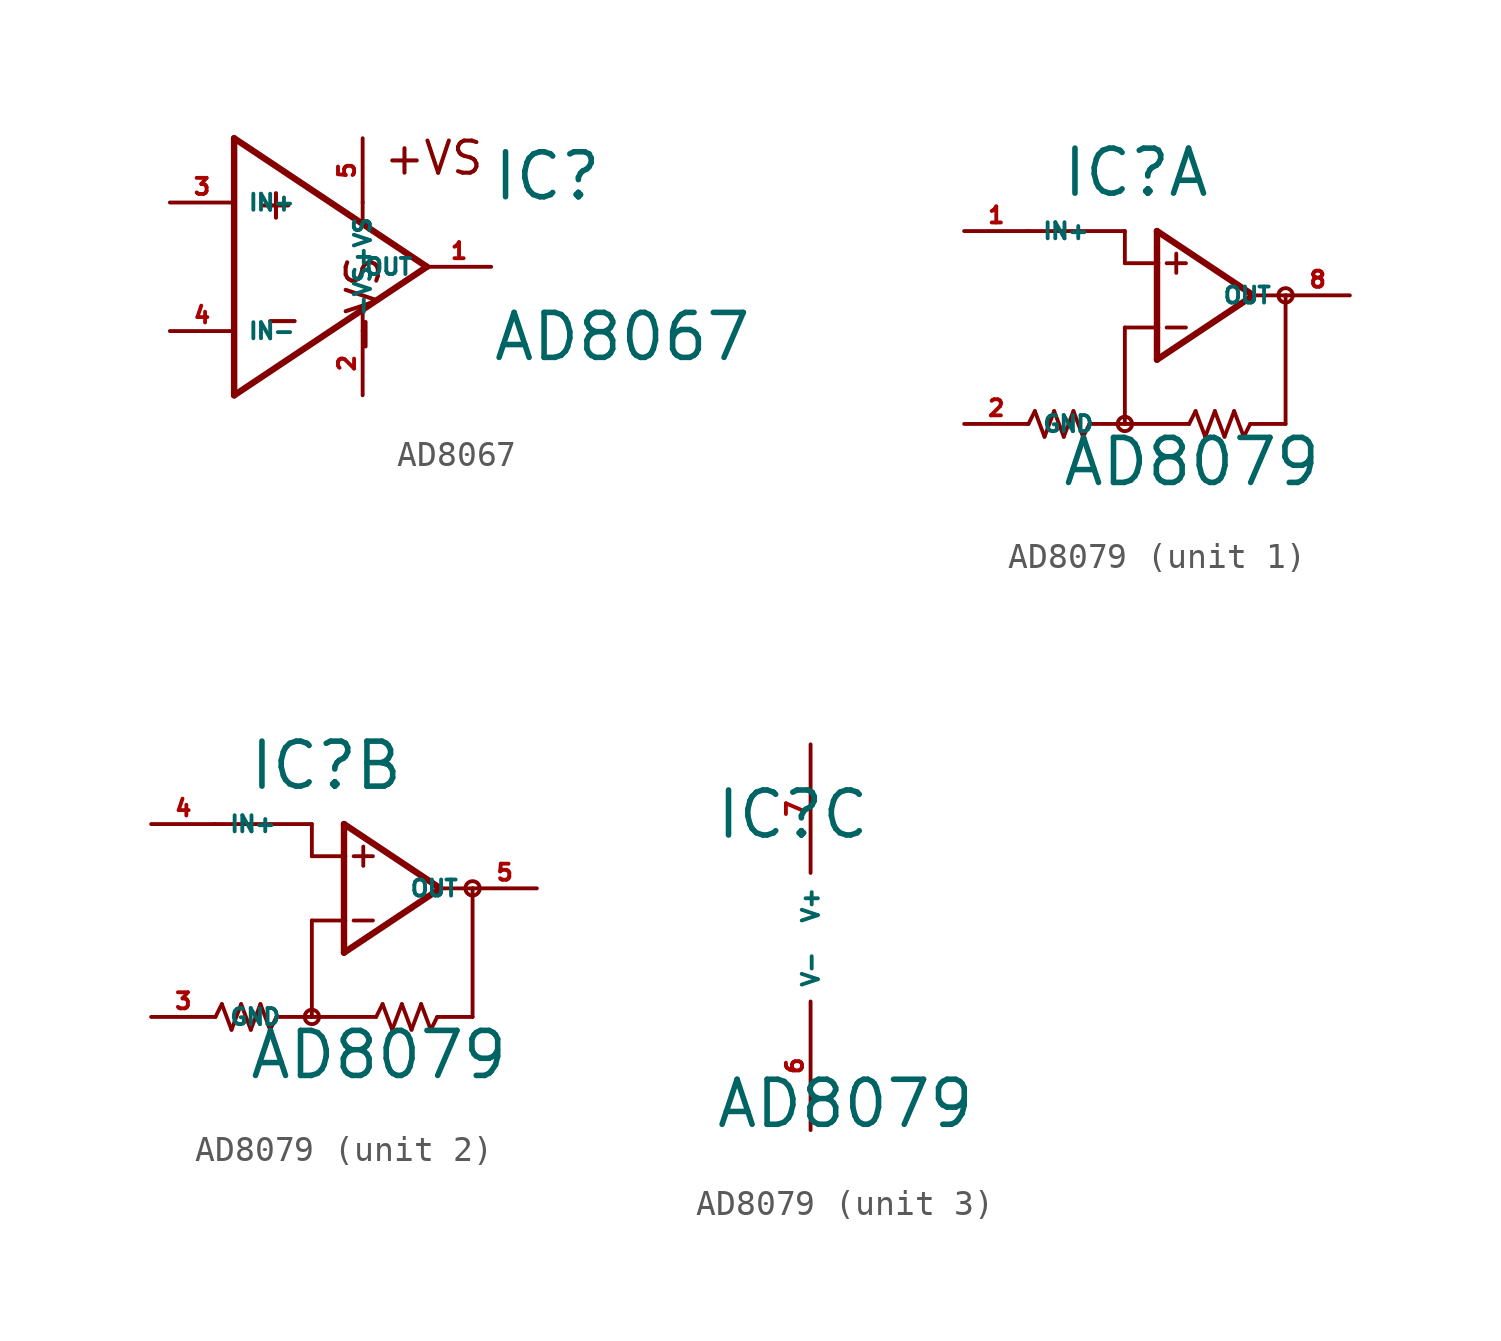
<source format=kicad_sym>
(kicad_symbol_lib
  (version 20220914)
  (generator Eagle2Kicad)
  (symbol "AD8067"
    (property "Reference" "IC"
      (at 7.62 2.54 0)
      (effects (font (size 1.778 1.778) (thickness 0.22)) (justify left bottom)))
    (property "Value" "AD8067"
      (at 7.62 -3.81 0)
      (effects (font (size 1.778 1.778) (thickness 0.22)) (justify left bottom)))
    (polyline
      (pts (xy -2.54 5.08) (xy -2.54 -5.08))
      (stroke (width 0.254) (type default))
      (fill (type none)))
    (polyline
      (pts (xy -2.54 -5.08) (xy 5.08 0))
      (stroke (width 0.254) (type default))
      (fill (type none)))
    (polyline
      (pts (xy 5.08 0) (xy -2.54 5.08))
      (stroke (width 0.254) (type default))
      (fill (type none)))
    (polyline
      (pts (xy 2.54 2.54) (xy 2.54 1.778))
      (stroke (width 0.152) (type default))
      (fill (type none)))
    (polyline
      (pts (xy 2.54 -2.54) (xy 2.54 -1.778))
      (stroke (width 0.152) (type default))
      (fill (type none)))
    (text "+"
      (at -1.778 1.778 0)
      (effects (font (size 1.27 1.27) (thickness 0.16)) (justify left bottom)))
    (text "-"
      (at -1.524 -2.794 0)
      (effects (font (size 1.27 1.27) (thickness 0.16)) (justify left bottom)))
    (text "+VS"
      (at 3.302 3.556 0)
      (effects (font (size 1.27 1.27) (thickness 0.16)) (justify left bottom)))
    (text "-VS"
      (at 3.302 -3.556 1800)
      (effects (font (size 1.27 1.27) (thickness 0.16)) (justify left bottom mirror)))
    (pin input line
      (at -5.08 2.54 0)
      (length 2.54)
      (name "IN+" (effects (font (size 0.635 0.635) (thickness 0.08)) (justify left bottom)))
      (number "3" (effects (font (size 0.635 0.635) (thickness 0.08)) (justify left bottom))))
    (pin input line
      (at -5.08 -2.54 0)
      (length 2.54)
      (name "IN-" (effects (font (size 0.635 0.635) (thickness 0.08)) (justify left bottom)))
      (number "4" (effects (font (size 0.635 0.635) (thickness 0.08)) (justify left bottom))))
    (pin output line
      (at 7.62 0 180)
      (length 2.54)
      (name "OUT" (effects (font (size 0.635 0.635) (thickness 0.08)) (justify left bottom)))
      (number "1" (effects (font (size 0.635 0.635) (thickness 0.08)) (justify left bottom))))
    (pin input line
      (at 2.54 -5.08 90)
      (length 2.54)
      (name "-VS" (effects (font (size 0.635 0.635) (thickness 0.08)) (justify left bottom)))
      (number "2" (effects (font (size 0.635 0.635) (thickness 0.08)) (justify left bottom))))
    (pin input line
      (at 2.54 5.08 270)
      (length 2.54)
      (name "+VS" (effects (font (size 0.635 0.635) (thickness 0.08)) (justify left bottom)))
      (number "5" (effects (font (size 0.635 0.635) (thickness 0.08)) (justify left bottom)))))
  (symbol "AD8079"
    (property "Reference" "IC"
      (at -3.81 3.81 0)
      (effects (font (size 1.778 1.778) (thickness 0.22)) (justify left bottom)))
    (property "Value" "AD8079"
      (at -3.81 -7.62 0)
      (effects (font (size 1.778 1.778) (thickness 0.22)) (justify left bottom)))
    (symbol "AD8079_1_0"
      (polyline (pts (xy 0 2.54) (xy 0 1.27)) (stroke (width 0.254) (type default)) (fill (type none)))
      (polyline (pts (xy 0 1.27) (xy 0 -1.27)) (stroke (width 0.254) (type default)) (fill (type none)))
      (polyline (pts (xy 0 -1.27) (xy 0 -2.54)) (stroke (width 0.254) (type default)) (fill (type none)))
      (polyline (pts (xy 0 -2.54) (xy 3.81 0)) (stroke (width 0.254) (type default)) (fill (type none)))
      (polyline (pts (xy 3.81 0) (xy 0 2.54)) (stroke (width 0.254) (type default)) (fill (type none)))
      (polyline (pts (xy -5.08 2.54) (xy -1.27 2.54)) (stroke (width 0.152) (type default)) (fill (type none)))
      (polyline (pts (xy -1.27 2.54) (xy -1.27 1.27)) (stroke (width 0.152) (type default)) (fill (type none)))
      (polyline (pts (xy -1.27 1.27) (xy 0 1.27)) (stroke (width 0.152) (type default)) (fill (type none)))
      (polyline (pts (xy 3.81 0) (xy 5.08 0)) (stroke (width 0.152) (type default)) (fill (type none)))
      (polyline (pts (xy 5.08 0) (xy 5.08 -5.08)) (stroke (width 0.152) (type default)) (fill (type none)))
      (polyline (pts (xy 5.08 -5.08) (xy 3.683 -5.08)) (stroke (width 0.152) (type default)) (fill (type none)))
      (polyline (pts (xy -5.08 -5.08) (xy -4.826 -4.572)) (stroke (width 0.152) (type default)) (fill (type none)))
      (polyline (pts (xy -4.826 -4.572) (xy -4.445 -5.588)) (stroke (width 0.152) (type default)) (fill (type none)))
      (polyline (pts (xy -4.445 -5.588) (xy -4.064 -4.572)) (stroke (width 0.152) (type default)) (fill (type none)))
      (polyline (pts (xy -4.064 -4.572) (xy -3.683 -5.588)) (stroke (width 0.152) (type default)) (fill (type none)))
      (polyline (pts (xy -3.302 -4.572) (xy -2.921 -5.588)) (stroke (width 0.152) (type default)) (fill (type none)))
      (polyline (pts (xy 1.27 -5.08) (xy -1.27 -5.08)) (stroke (width 0.152) (type default)) (fill (type none)))
      (polyline (pts (xy -1.27 -5.08) (xy -2.667 -5.08)) (stroke (width 0.152) (type default)) (fill (type none)))
      (polyline (pts (xy -1.27 -5.08) (xy -1.27 -1.27)) (stroke (width 0.152) (type default)) (fill (type none)))
      (polyline (pts (xy -1.27 -1.27) (xy 0 -1.27)) (stroke (width 0.152) (type default)) (fill (type none)))
      (polyline (pts (xy -3.302 -4.572) (xy -3.683 -5.588)) (stroke (width 0.152) (type default)) (fill (type none)))
      (polyline (pts (xy -2.667 -5.08) (xy -2.921 -5.588)) (stroke (width 0.152) (type default)) (fill (type none)))
      (polyline (pts (xy 1.27 -5.08) (xy 1.524 -4.572)) (stroke (width 0.152) (type default)) (fill (type none)))
      (polyline (pts (xy 1.524 -4.572) (xy 1.905 -5.588)) (stroke (width 0.152) (type default)) (fill (type none)))
      (polyline (pts (xy 1.905 -5.588) (xy 2.286 -4.572)) (stroke (width 0.152) (type default)) (fill (type none)))
      (polyline (pts (xy 2.286 -4.572) (xy 2.667 -5.588)) (stroke (width 0.152) (type default)) (fill (type none)))
      (polyline (pts (xy 3.048 -4.572) (xy 3.429 -5.588)) (stroke (width 0.152) (type default)) (fill (type none)))
      (polyline (pts (xy 3.048 -4.572) (xy 2.667 -5.588)) (stroke (width 0.152) (type default)) (fill (type none)))
      (polyline (pts (xy 3.683 -5.08) (xy 3.429 -5.588)) (stroke (width 0.152) (type default)) (fill (type none)))
      (polyline (pts (xy 0.381 1.27) (xy 1.143 1.27)) (stroke (width 0.152) (type default)) (fill (type none)))
      (polyline (pts (xy 0.762 1.651) (xy 0.762 0.889)) (stroke (width 0.152) (type default)) (fill (type none)))
      (polyline (pts (xy 0.381 -1.27) (xy 1.143 -1.27)) (stroke (width 0.152) (type default)) (fill (type none)))
      (circle (center -1.27 -5.08) (radius 0.284) (stroke (width 0) (type default)) (fill (type none)))
      (circle (center 5.08 0) (radius 0.284) (stroke (width 0) (type default)) (fill (type none)))
      (pin input line (at -7.62 2.54 0) (length 2.54) (name "IN+" (effects (font (size 0.635 0.635) (thickness 0.08)) (justify left bottom))) (number "1" (effects (font (size 0.635 0.635) (thickness 0.08)) (justify left bottom))))
      (pin output line (at 7.62 0 180) (length 2.54) (name "OUT" (effects (font (size 0.635 0.635) (thickness 0.08)) (justify left bottom))) (number "8" (effects (font (size 0.635 0.635) (thickness 0.08)) (justify left bottom))))
      (pin passive line (at -7.62 -5.08 0) (length 2.54) (name "GND" (effects (font (size 0.635 0.635) (thickness 0.08)) (justify left bottom))) (number "2" (effects (font (size 0.635 0.635) (thickness 0.08)) (justify left bottom)))))
    (symbol "AD8079_2_0"
      (polyline (pts (xy 0 2.54) (xy 0 1.27)) (stroke (width 0.254) (type default)) (fill (type none)))
      (polyline (pts (xy 0 1.27) (xy 0 -1.27)) (stroke (width 0.254) (type default)) (fill (type none)))
      (polyline (pts (xy 0 -1.27) (xy 0 -2.54)) (stroke (width 0.254) (type default)) (fill (type none)))
      (polyline (pts (xy 0 -2.54) (xy 3.81 0)) (stroke (width 0.254) (type default)) (fill (type none)))
      (polyline (pts (xy 3.81 0) (xy 0 2.54)) (stroke (width 0.254) (type default)) (fill (type none)))
      (polyline (pts (xy -5.08 2.54) (xy -1.27 2.54)) (stroke (width 0.152) (type default)) (fill (type none)))
      (polyline (pts (xy -1.27 2.54) (xy -1.27 1.27)) (stroke (width 0.152) (type default)) (fill (type none)))
      (polyline (pts (xy -1.27 1.27) (xy 0 1.27)) (stroke (width 0.152) (type default)) (fill (type none)))
      (polyline (pts (xy 3.81 0) (xy 5.08 0)) (stroke (width 0.152) (type default)) (fill (type none)))
      (polyline (pts (xy 5.08 0) (xy 5.08 -5.08)) (stroke (width 0.152) (type default)) (fill (type none)))
      (polyline (pts (xy 5.08 -5.08) (xy 3.683 -5.08)) (stroke (width 0.152) (type default)) (fill (type none)))
      (polyline (pts (xy -5.08 -5.08) (xy -4.826 -4.572)) (stroke (width 0.152) (type default)) (fill (type none)))
      (polyline (pts (xy -4.826 -4.572) (xy -4.445 -5.588)) (stroke (width 0.152) (type default)) (fill (type none)))
      (polyline (pts (xy -4.445 -5.588) (xy -4.064 -4.572)) (stroke (width 0.152) (type default)) (fill (type none)))
      (polyline (pts (xy -4.064 -4.572) (xy -3.683 -5.588)) (stroke (width 0.152) (type default)) (fill (type none)))
      (polyline (pts (xy -3.302 -4.572) (xy -2.921 -5.588)) (stroke (width 0.152) (type default)) (fill (type none)))
      (polyline (pts (xy 1.27 -5.08) (xy -1.27 -5.08)) (stroke (width 0.152) (type default)) (fill (type none)))
      (polyline (pts (xy -1.27 -5.08) (xy -2.667 -5.08)) (stroke (width 0.152) (type default)) (fill (type none)))
      (polyline (pts (xy -1.27 -5.08) (xy -1.27 -1.27)) (stroke (width 0.152) (type default)) (fill (type none)))
      (polyline (pts (xy -1.27 -1.27) (xy 0 -1.27)) (stroke (width 0.152) (type default)) (fill (type none)))
      (polyline (pts (xy -3.302 -4.572) (xy -3.683 -5.588)) (stroke (width 0.152) (type default)) (fill (type none)))
      (polyline (pts (xy -2.667 -5.08) (xy -2.921 -5.588)) (stroke (width 0.152) (type default)) (fill (type none)))
      (polyline (pts (xy 1.27 -5.08) (xy 1.524 -4.572)) (stroke (width 0.152) (type default)) (fill (type none)))
      (polyline (pts (xy 1.524 -4.572) (xy 1.905 -5.588)) (stroke (width 0.152) (type default)) (fill (type none)))
      (polyline (pts (xy 1.905 -5.588) (xy 2.286 -4.572)) (stroke (width 0.152) (type default)) (fill (type none)))
      (polyline (pts (xy 2.286 -4.572) (xy 2.667 -5.588)) (stroke (width 0.152) (type default)) (fill (type none)))
      (polyline (pts (xy 3.048 -4.572) (xy 3.429 -5.588)) (stroke (width 0.152) (type default)) (fill (type none)))
      (polyline (pts (xy 3.048 -4.572) (xy 2.667 -5.588)) (stroke (width 0.152) (type default)) (fill (type none)))
      (polyline (pts (xy 3.683 -5.08) (xy 3.429 -5.588)) (stroke (width 0.152) (type default)) (fill (type none)))
      (polyline (pts (xy 0.381 1.27) (xy 1.143 1.27)) (stroke (width 0.152) (type default)) (fill (type none)))
      (polyline (pts (xy 0.762 1.651) (xy 0.762 0.889)) (stroke (width 0.152) (type default)) (fill (type none)))
      (polyline (pts (xy 0.381 -1.27) (xy 1.143 -1.27)) (stroke (width 0.152) (type default)) (fill (type none)))
      (circle (center -1.27 -5.08) (radius 0.284) (stroke (width 0) (type default)) (fill (type none)))
      (circle (center 5.08 0) (radius 0.284) (stroke (width 0) (type default)) (fill (type none)))
      (pin input line (at -7.62 2.54 0) (length 2.54) (name "IN+" (effects (font (size 0.635 0.635) (thickness 0.08)) (justify left bottom))) (number "4" (effects (font (size 0.635 0.635) (thickness 0.08)) (justify left bottom))))
      (pin output line (at 7.62 0 180) (length 2.54) (name "OUT" (effects (font (size 0.635 0.635) (thickness 0.08)) (justify left bottom))) (number "5" (effects (font (size 0.635 0.635) (thickness 0.08)) (justify left bottom))))
      (pin passive line (at -7.62 -5.08 0) (length 2.54) (name "GND" (effects (font (size 0.635 0.635) (thickness 0.08)) (justify left bottom))) (number "3" (effects (font (size 0.635 0.635) (thickness 0.08)) (justify left bottom)))))
    (symbol "AD8079_3_0"
      (pin unspecified line (at 0 7.62 270) (length 5.08) (name "V+" (effects (font (size 0.635 0.635) (thickness 0.08)) (justify left bottom))) (number "7" (effects (font (size 0.635 0.635) (thickness 0.08)) (justify left bottom))))
      (pin unspecified line (at 0 -7.62 90) (length 5.08) (name "V-" (effects (font (size 0.635 0.635) (thickness 0.08)) (justify left bottom))) (number "6" (effects (font (size 0.635 0.635) (thickness 0.08)) (justify left bottom)))))))
</source>
